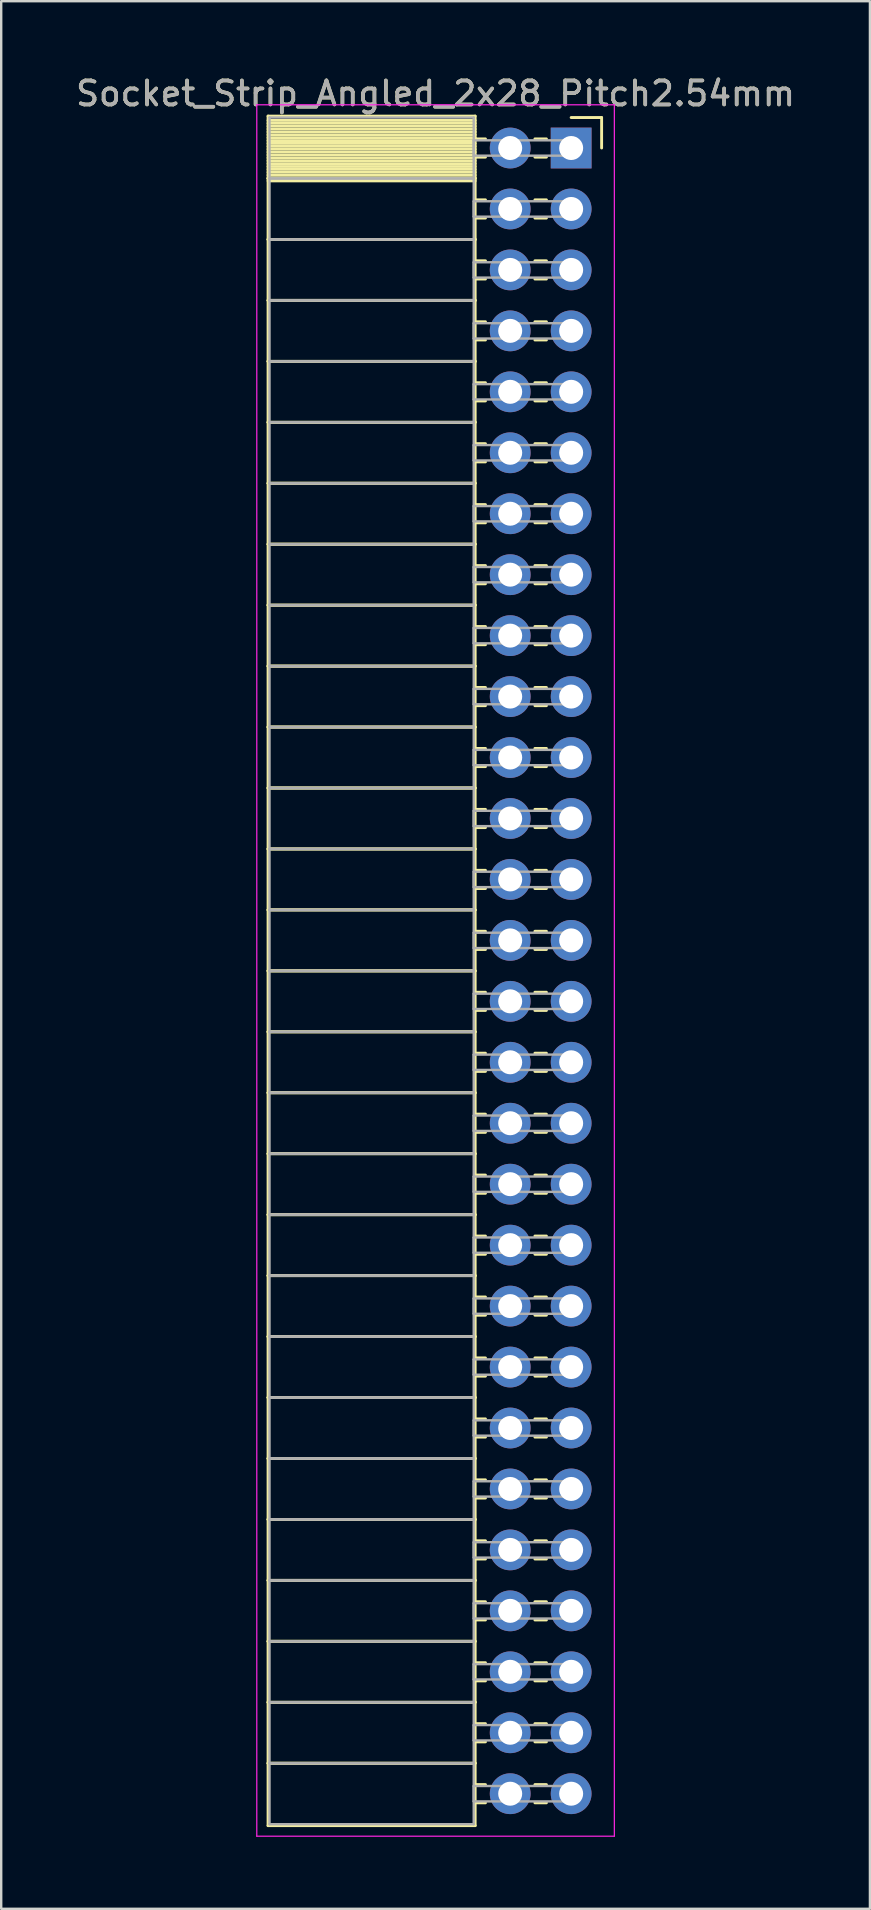
<source format=kicad_pcb>
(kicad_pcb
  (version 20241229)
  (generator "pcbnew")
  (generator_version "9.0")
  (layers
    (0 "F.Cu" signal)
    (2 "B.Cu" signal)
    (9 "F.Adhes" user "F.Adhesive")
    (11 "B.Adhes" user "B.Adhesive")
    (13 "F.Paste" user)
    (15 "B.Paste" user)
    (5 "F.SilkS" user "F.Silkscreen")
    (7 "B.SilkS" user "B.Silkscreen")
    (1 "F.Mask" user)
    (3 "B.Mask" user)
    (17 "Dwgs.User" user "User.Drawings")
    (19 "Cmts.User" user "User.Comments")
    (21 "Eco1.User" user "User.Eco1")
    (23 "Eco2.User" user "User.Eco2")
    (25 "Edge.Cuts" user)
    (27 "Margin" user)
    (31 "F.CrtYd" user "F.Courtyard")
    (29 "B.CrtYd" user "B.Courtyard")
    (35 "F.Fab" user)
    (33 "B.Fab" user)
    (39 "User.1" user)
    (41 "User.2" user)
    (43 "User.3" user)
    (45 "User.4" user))
  (footprint "Socket_Strip_Angled_2x28_Pitch2.54mm"
    (layer "F.Cu")
    (at 20.751 3.118)
    (property "Reference" "Socket_Strip_Angled_2x28_Pitch2.54mm" (at -5.65 -2.27 0) (layer "F.SilkS") (effects (font (size 1 1) (thickness 0.15))))
    (attr through_hole)
    (fp_line (start -12.63 -1.33) (end -4 -1.33) (stroke (width 0.12) (type solid)) (layer "F.SilkS"))
    (fp_line (start -12.63 1.27) (end -12.63 -1.33) (stroke (width 0.12) (type solid)) (layer "F.SilkS"))
    (fp_line (start -12.63 1.27) (end -4 1.27) (stroke (width 0.12) (type solid)) (layer "F.SilkS"))
    (fp_line (start -12.63 3.81) (end -12.63 1.27) (stroke (width 0.12) (type solid)) (layer "F.SilkS"))
    (fp_line (start -12.63 3.81) (end -4 3.81) (stroke (width 0.12) (type solid)) (layer "F.SilkS"))
    (fp_line (start -12.63 6.35) (end -12.63 3.81) (stroke (width 0.12) (type solid)) (layer "F.SilkS"))
    (fp_line (start -12.63 6.35) (end -4 6.35) (stroke (width 0.12) (type solid)) (layer "F.SilkS"))
    (fp_line (start -12.63 8.89) (end -12.63 6.35) (stroke (width 0.12) (type solid)) (layer "F.SilkS"))
    (fp_line (start -12.63 8.89) (end -4 8.89) (stroke (width 0.12) (type solid)) (layer "F.SilkS"))
    (fp_line (start -12.63 11.43) (end -12.63 8.89) (stroke (width 0.12) (type solid)) (layer "F.SilkS"))
    (fp_line (start -12.63 11.43) (end -4 11.43) (stroke (width 0.12) (type solid)) (layer "F.SilkS"))
    (fp_line (start -12.63 13.97) (end -12.63 11.43) (stroke (width 0.12) (type solid)) (layer "F.SilkS"))
    (fp_line (start -12.63 13.97) (end -4 13.97) (stroke (width 0.12) (type solid)) (layer "F.SilkS"))
    (fp_line (start -12.63 16.51) (end -12.63 13.97) (stroke (width 0.12) (type solid)) (layer "F.SilkS"))
    (fp_line (start -12.63 16.51) (end -4 16.51) (stroke (width 0.12) (type solid)) (layer "F.SilkS"))
    (fp_line (start -12.63 19.05) (end -12.63 16.51) (stroke (width 0.12) (type solid)) (layer "F.SilkS"))
    (fp_line (start -12.63 19.05) (end -4 19.05) (stroke (width 0.12) (type solid)) (layer "F.SilkS"))
    (fp_line (start -12.63 21.59) (end -12.63 19.05) (stroke (width 0.12) (type solid)) (layer "F.SilkS"))
    (fp_line (start -12.63 21.59) (end -4 21.59) (stroke (width 0.12) (type solid)) (layer "F.SilkS"))
    (fp_line (start -12.63 24.13) (end -12.63 21.59) (stroke (width 0.12) (type solid)) (layer "F.SilkS"))
    (fp_line (start -12.63 24.13) (end -4 24.13) (stroke (width 0.12) (type solid)) (layer "F.SilkS"))
    (fp_line (start -12.63 26.67) (end -12.63 24.13) (stroke (width 0.12) (type solid)) (layer "F.SilkS"))
    (fp_line (start -12.63 26.67) (end -4 26.67) (stroke (width 0.12) (type solid)) (layer "F.SilkS"))
    (fp_line (start -12.63 29.21) (end -12.63 26.67) (stroke (width 0.12) (type solid)) (layer "F.SilkS"))
    (fp_line (start -12.63 29.21) (end -4 29.21) (stroke (width 0.12) (type solid)) (layer "F.SilkS"))
    (fp_line (start -12.63 31.75) (end -12.63 29.21) (stroke (width 0.12) (type solid)) (layer "F.SilkS"))
    (fp_line (start -12.63 31.75) (end -4 31.75) (stroke (width 0.12) (type solid)) (layer "F.SilkS"))
    (fp_line (start -12.63 34.29) (end -12.63 31.75) (stroke (width 0.12) (type solid)) (layer "F.SilkS"))
    (fp_line (start -12.63 34.29) (end -4 34.29) (stroke (width 0.12) (type solid)) (layer "F.SilkS"))
    (fp_line (start -12.63 36.83) (end -12.63 34.29) (stroke (width 0.12) (type solid)) (layer "F.SilkS"))
    (fp_line (start -12.63 36.83) (end -4 36.83) (stroke (width 0.12) (type solid)) (layer "F.SilkS"))
    (fp_line (start -12.63 39.37) (end -12.63 36.83) (stroke (width 0.12) (type solid)) (layer "F.SilkS"))
    (fp_line (start -12.63 39.37) (end -4 39.37) (stroke (width 0.12) (type solid)) (layer "F.SilkS"))
    (fp_line (start -12.63 41.91) (end -12.63 39.37) (stroke (width 0.12) (type solid)) (layer "F.SilkS"))
    (fp_line (start -12.63 41.91) (end -4 41.91) (stroke (width 0.12) (type solid)) (layer "F.SilkS"))
    (fp_line (start -12.63 44.45) (end -12.63 41.91) (stroke (width 0.12) (type solid)) (layer "F.SilkS"))
    (fp_line (start -12.63 44.45) (end -4 44.45) (stroke (width 0.12) (type solid)) (layer "F.SilkS"))
    (fp_line (start -12.63 46.99) (end -12.63 44.45) (stroke (width 0.12) (type solid)) (layer "F.SilkS"))
    (fp_line (start -12.63 46.99) (end -4 46.99) (stroke (width 0.12) (type solid)) (layer "F.SilkS"))
    (fp_line (start -12.63 49.53) (end -12.63 46.99) (stroke (width 0.12) (type solid)) (layer "F.SilkS"))
    (fp_line (start -12.63 49.53) (end -4 49.53) (stroke (width 0.12) (type solid)) (layer "F.SilkS"))
    (fp_line (start -12.63 52.07) (end -12.63 49.53) (stroke (width 0.12) (type solid)) (layer "F.SilkS"))
    (fp_line (start -12.63 52.07) (end -4 52.07) (stroke (width 0.12) (type solid)) (layer "F.SilkS"))
    (fp_line (start -12.63 54.61) (end -12.63 52.07) (stroke (width 0.12) (type solid)) (layer "F.SilkS"))
    (fp_line (start -12.63 54.61) (end -4 54.61) (stroke (width 0.12) (type solid)) (layer "F.SilkS"))
    (fp_line (start -12.63 57.15) (end -12.63 54.61) (stroke (width 0.12) (type solid)) (layer "F.SilkS"))
    (fp_line (start -12.63 57.15) (end -4 57.15) (stroke (width 0.12) (type solid)) (layer "F.SilkS"))
    (fp_line (start -12.63 59.69) (end -12.63 57.15) (stroke (width 0.12) (type solid)) (layer "F.SilkS"))
    (fp_line (start -12.63 59.69) (end -4 59.69) (stroke (width 0.12) (type solid)) (layer "F.SilkS"))
    (fp_line (start -12.63 62.23) (end -12.63 59.69) (stroke (width 0.12) (type solid)) (layer "F.SilkS"))
    (fp_line (start -12.63 62.23) (end -4 62.23) (stroke (width 0.12) (type solid)) (layer "F.SilkS"))
    (fp_line (start -12.63 64.77) (end -12.63 62.23) (stroke (width 0.12) (type solid)) (layer "F.SilkS"))
    (fp_line (start -12.63 64.77) (end -4 64.77) (stroke (width 0.12) (type solid)) (layer "F.SilkS"))
    (fp_line (start -12.63 67.31) (end -12.63 64.77) (stroke (width 0.12) (type solid)) (layer "F.SilkS"))
    (fp_line (start -12.63 67.31) (end -4 67.31) (stroke (width 0.12) (type solid)) (layer "F.SilkS"))
    (fp_line (start -12.63 69.91) (end -12.63 67.31) (stroke (width 0.12) (type solid)) (layer "F.SilkS"))
    (fp_line (start -4 -1.33) (end -4 1.27) (stroke (width 0.12) (type solid)) (layer "F.SilkS"))
    (fp_line (start -4 -1.15) (end -12.63 -1.15) (stroke (width 0.12) (type solid)) (layer "F.SilkS"))
    (fp_line (start -4 -1.03) (end -12.63 -1.03) (stroke (width 0.12) (type solid)) (layer "F.SilkS"))
    (fp_line (start -4 -0.91) (end -12.63 -0.91) (stroke (width 0.12) (type solid)) (layer "F.SilkS"))
    (fp_line (start -4 -0.79) (end -12.63 -0.79) (stroke (width 0.12) (type solid)) (layer "F.SilkS"))
    (fp_line (start -4 -0.67) (end -12.63 -0.67) (stroke (width 0.12) (type solid)) (layer "F.SilkS"))
    (fp_line (start -4 -0.55) (end -12.63 -0.55) (stroke (width 0.12) (type solid)) (layer "F.SilkS"))
    (fp_line (start -4 -0.43) (end -12.63 -0.43) (stroke (width 0.12) (type solid)) (layer "F.SilkS"))
    (fp_line (start -4 -0.31) (end -12.63 -0.31) (stroke (width 0.12) (type solid)) (layer "F.SilkS"))
    (fp_line (start -4 -0.19) (end -12.63 -0.19) (stroke (width 0.12) (type solid)) (layer "F.SilkS"))
    (fp_line (start -4 -0.07) (end -12.63 -0.07) (stroke (width 0.12) (type solid)) (layer "F.SilkS"))
    (fp_line (start -4 0.05) (end -12.63 0.05) (stroke (width 0.12) (type solid)) (layer "F.SilkS"))
    (fp_line (start -4 0.17) (end -12.63 0.17) (stroke (width 0.12) (type solid)) (layer "F.SilkS"))
    (fp_line (start -4 0.29) (end -12.63 0.29) (stroke (width 0.12) (type solid)) (layer "F.SilkS"))
    (fp_line (start -4 0.41) (end -12.63 0.41) (stroke (width 0.12) (type solid)) (layer "F.SilkS"))
    (fp_line (start -4 0.53) (end -12.63 0.53) (stroke (width 0.12) (type solid)) (layer "F.SilkS"))
    (fp_line (start -4 0.65) (end -12.63 0.65) (stroke (width 0.12) (type solid)) (layer "F.SilkS"))
    (fp_line (start -4 0.77) (end -12.63 0.77) (stroke (width 0.12) (type solid)) (layer "F.SilkS"))
    (fp_line (start -4 0.89) (end -12.63 0.89) (stroke (width 0.12) (type solid)) (layer "F.SilkS"))
    (fp_line (start -4 1.01) (end -12.63 1.01) (stroke (width 0.12) (type solid)) (layer "F.SilkS"))
    (fp_line (start -4 1.13) (end -12.63 1.13) (stroke (width 0.12) (type solid)) (layer "F.SilkS"))
    (fp_line (start -4 1.25) (end -12.63 1.25) (stroke (width 0.12) (type solid)) (layer "F.SilkS"))
    (fp_line (start -4 1.27) (end -12.63 1.27) (stroke (width 0.12) (type solid)) (layer "F.SilkS"))
    (fp_line (start -4 1.27) (end -4 3.81) (stroke (width 0.12) (type solid)) (layer "F.SilkS"))
    (fp_line (start -4 1.37) (end -12.63 1.37) (stroke (width 0.12) (type solid)) (layer "F.SilkS"))
    (fp_line (start -4 3.81) (end -12.63 3.81) (stroke (width 0.12) (type solid)) (layer "F.SilkS"))
    (fp_line (start -4 3.81) (end -4 6.35) (stroke (width 0.12) (type solid)) (layer "F.SilkS"))
    (fp_line (start -4 6.35) (end -12.63 6.35) (stroke (width 0.12) (type solid)) (layer "F.SilkS"))
    (fp_line (start -4 6.35) (end -4 8.89) (stroke (width 0.12) (type solid)) (layer "F.SilkS"))
    (fp_line (start -4 8.89) (end -12.63 8.89) (stroke (width 0.12) (type solid)) (layer "F.SilkS"))
    (fp_line (start -4 8.89) (end -4 11.43) (stroke (width 0.12) (type solid)) (layer "F.SilkS"))
    (fp_line (start -4 11.43) (end -12.63 11.43) (stroke (width 0.12) (type solid)) (layer "F.SilkS"))
    (fp_line (start -4 11.43) (end -4 13.97) (stroke (width 0.12) (type solid)) (layer "F.SilkS"))
    (fp_line (start -4 13.97) (end -12.63 13.97) (stroke (width 0.12) (type solid)) (layer "F.SilkS"))
    (fp_line (start -4 13.97) (end -4 16.51) (stroke (width 0.12) (type solid)) (layer "F.SilkS"))
    (fp_line (start -4 16.51) (end -12.63 16.51) (stroke (width 0.12) (type solid)) (layer "F.SilkS"))
    (fp_line (start -4 16.51) (end -4 19.05) (stroke (width 0.12) (type solid)) (layer "F.SilkS"))
    (fp_line (start -4 19.05) (end -12.63 19.05) (stroke (width 0.12) (type solid)) (layer "F.SilkS"))
    (fp_line (start -4 19.05) (end -4 21.59) (stroke (width 0.12) (type solid)) (layer "F.SilkS"))
    (fp_line (start -4 21.59) (end -12.63 21.59) (stroke (width 0.12) (type solid)) (layer "F.SilkS"))
    (fp_line (start -4 21.59) (end -4 24.13) (stroke (width 0.12) (type solid)) (layer "F.SilkS"))
    (fp_line (start -4 24.13) (end -12.63 24.13) (stroke (width 0.12) (type solid)) (layer "F.SilkS"))
    (fp_line (start -4 24.13) (end -4 26.67) (stroke (width 0.12) (type solid)) (layer "F.SilkS"))
    (fp_line (start -4 26.67) (end -12.63 26.67) (stroke (width 0.12) (type solid)) (layer "F.SilkS"))
    (fp_line (start -4 26.67) (end -4 29.21) (stroke (width 0.12) (type solid)) (layer "F.SilkS"))
    (fp_line (start -4 29.21) (end -12.63 29.21) (stroke (width 0.12) (type solid)) (layer "F.SilkS"))
    (fp_line (start -4 29.21) (end -4 31.75) (stroke (width 0.12) (type solid)) (layer "F.SilkS"))
    (fp_line (start -4 31.75) (end -12.63 31.75) (stroke (width 0.12) (type solid)) (layer "F.SilkS"))
    (fp_line (start -4 31.75) (end -4 34.29) (stroke (width 0.12) (type solid)) (layer "F.SilkS"))
    (fp_line (start -4 34.29) (end -12.63 34.29) (stroke (width 0.12) (type solid)) (layer "F.SilkS"))
    (fp_line (start -4 34.29) (end -4 36.83) (stroke (width 0.12) (type solid)) (layer "F.SilkS"))
    (fp_line (start -4 36.83) (end -12.63 36.83) (stroke (width 0.12) (type solid)) (layer "F.SilkS"))
    (fp_line (start -4 36.83) (end -4 39.37) (stroke (width 0.12) (type solid)) (layer "F.SilkS"))
    (fp_line (start -4 39.37) (end -12.63 39.37) (stroke (width 0.12) (type solid)) (layer "F.SilkS"))
    (fp_line (start -4 39.37) (end -4 41.91) (stroke (width 0.12) (type solid)) (layer "F.SilkS"))
    (fp_line (start -4 41.91) (end -12.63 41.91) (stroke (width 0.12) (type solid)) (layer "F.SilkS"))
    (fp_line (start -4 41.91) (end -4 44.45) (stroke (width 0.12) (type solid)) (layer "F.SilkS"))
    (fp_line (start -4 44.45) (end -12.63 44.45) (stroke (width 0.12) (type solid)) (layer "F.SilkS"))
    (fp_line (start -4 44.45) (end -4 46.99) (stroke (width 0.12) (type solid)) (layer "F.SilkS"))
    (fp_line (start -4 46.99) (end -12.63 46.99) (stroke (width 0.12) (type solid)) (layer "F.SilkS"))
    (fp_line (start -4 46.99) (end -4 49.53) (stroke (width 0.12) (type solid)) (layer "F.SilkS"))
    (fp_line (start -4 49.53) (end -12.63 49.53) (stroke (width 0.12) (type solid)) (layer "F.SilkS"))
    (fp_line (start -4 49.53) (end -4 52.07) (stroke (width 0.12) (type solid)) (layer "F.SilkS"))
    (fp_line (start -4 52.07) (end -12.63 52.07) (stroke (width 0.12) (type solid)) (layer "F.SilkS"))
    (fp_line (start -4 52.07) (end -4 54.61) (stroke (width 0.12) (type solid)) (layer "F.SilkS"))
    (fp_line (start -4 54.61) (end -12.63 54.61) (stroke (width 0.12) (type solid)) (layer "F.SilkS"))
    (fp_line (start -4 54.61) (end -4 57.15) (stroke (width 0.12) (type solid)) (layer "F.SilkS"))
    (fp_line (start -4 57.15) (end -12.63 57.15) (stroke (width 0.12) (type solid)) (layer "F.SilkS"))
    (fp_line (start -4 57.15) (end -4 59.69) (stroke (width 0.12) (type solid)) (layer "F.SilkS"))
    (fp_line (start -4 59.69) (end -12.63 59.69) (stroke (width 0.12) (type solid)) (layer "F.SilkS"))
    (fp_line (start -4 59.69) (end -4 62.23) (stroke (width 0.12) (type solid)) (layer "F.SilkS"))
    (fp_line (start -4 62.23) (end -12.63 62.23) (stroke (width 0.12) (type solid)) (layer "F.SilkS"))
    (fp_line (start -4 62.23) (end -4 64.77) (stroke (width 0.12) (type solid)) (layer "F.SilkS"))
    (fp_line (start -4 64.77) (end -12.63 64.77) (stroke (width 0.12) (type solid)) (layer "F.SilkS"))
    (fp_line (start -4 64.77) (end -4 67.31) (stroke (width 0.12) (type solid)) (layer "F.SilkS"))
    (fp_line (start -4 67.31) (end -12.63 67.31) (stroke (width 0.12) (type solid)) (layer "F.SilkS"))
    (fp_line (start -4 67.31) (end -4 69.91) (stroke (width 0.12) (type solid)) (layer "F.SilkS"))
    (fp_line (start -4 69.91) (end -12.63 69.91) (stroke (width 0.12) (type solid)) (layer "F.SilkS"))
    (fp_line (start -3.57 -0.38) (end -4 -0.38) (stroke (width 0.12) (type solid)) (layer "F.SilkS"))
    (fp_line (start -3.57 0.38) (end -4 0.38) (stroke (width 0.12) (type solid)) (layer "F.SilkS"))
    (fp_line (start -3.57 2.16) (end -4 2.16) (stroke (width 0.12) (type solid)) (layer "F.SilkS"))
    (fp_line (start -3.57 2.92) (end -4 2.92) (stroke (width 0.12) (type solid)) (layer "F.SilkS"))
    (fp_line (start -3.57 4.7) (end -4 4.7) (stroke (width 0.12) (type solid)) (layer "F.SilkS"))
    (fp_line (start -3.57 5.46) (end -4 5.46) (stroke (width 0.12) (type solid)) (layer "F.SilkS"))
    (fp_line (start -3.57 7.24) (end -4 7.24) (stroke (width 0.12) (type solid)) (layer "F.SilkS"))
    (fp_line (start -3.57 8) (end -4 8) (stroke (width 0.12) (type solid)) (layer "F.SilkS"))
    (fp_line (start -3.57 9.78) (end -4 9.78) (stroke (width 0.12) (type solid)) (layer "F.SilkS"))
    (fp_line (start -3.57 10.54) (end -4 10.54) (stroke (width 0.12) (type solid)) (layer "F.SilkS"))
    (fp_line (start -3.57 12.32) (end -4 12.32) (stroke (width 0.12) (type solid)) (layer "F.SilkS"))
    (fp_line (start -3.57 13.08) (end -4 13.08) (stroke (width 0.12) (type solid)) (layer "F.SilkS"))
    (fp_line (start -3.57 14.86) (end -4 14.86) (stroke (width 0.12) (type solid)) (layer "F.SilkS"))
    (fp_line (start -3.57 15.62) (end -4 15.62) (stroke (width 0.12) (type solid)) (layer "F.SilkS"))
    (fp_line (start -3.57 17.4) (end -4 17.4) (stroke (width 0.12) (type solid)) (layer "F.SilkS"))
    (fp_line (start -3.57 18.16) (end -4 18.16) (stroke (width 0.12) (type solid)) (layer "F.SilkS"))
    (fp_line (start -3.57 19.94) (end -4 19.94) (stroke (width 0.12) (type solid)) (layer "F.SilkS"))
    (fp_line (start -3.57 20.7) (end -4 20.7) (stroke (width 0.12) (type solid)) (layer "F.SilkS"))
    (fp_line (start -3.57 22.48) (end -4 22.48) (stroke (width 0.12) (type solid)) (layer "F.SilkS"))
    (fp_line (start -3.57 23.24) (end -4 23.24) (stroke (width 0.12) (type solid)) (layer "F.SilkS"))
    (fp_line (start -3.57 25.02) (end -4 25.02) (stroke (width 0.12) (type solid)) (layer "F.SilkS"))
    (fp_line (start -3.57 25.78) (end -4 25.78) (stroke (width 0.12) (type solid)) (layer "F.SilkS"))
    (fp_line (start -3.57 27.56) (end -4 27.56) (stroke (width 0.12) (type solid)) (layer "F.SilkS"))
    (fp_line (start -3.57 28.32) (end -4 28.32) (stroke (width 0.12) (type solid)) (layer "F.SilkS"))
    (fp_line (start -3.57 30.1) (end -4 30.1) (stroke (width 0.12) (type solid)) (layer "F.SilkS"))
    (fp_line (start -3.57 30.86) (end -4 30.86) (stroke (width 0.12) (type solid)) (layer "F.SilkS"))
    (fp_line (start -3.57 32.64) (end -4 32.64) (stroke (width 0.12) (type solid)) (layer "F.SilkS"))
    (fp_line (start -3.57 33.4) (end -4 33.4) (stroke (width 0.12) (type solid)) (layer "F.SilkS"))
    (fp_line (start -3.57 35.18) (end -4 35.18) (stroke (width 0.12) (type solid)) (layer "F.SilkS"))
    (fp_line (start -3.57 35.94) (end -4 35.94) (stroke (width 0.12) (type solid)) (layer "F.SilkS"))
    (fp_line (start -3.57 37.72) (end -4 37.72) (stroke (width 0.12) (type solid)) (layer "F.SilkS"))
    (fp_line (start -3.57 38.48) (end -4 38.48) (stroke (width 0.12) (type solid)) (layer "F.SilkS"))
    (fp_line (start -3.57 40.26) (end -4 40.26) (stroke (width 0.12) (type solid)) (layer "F.SilkS"))
    (fp_line (start -3.57 41.02) (end -4 41.02) (stroke (width 0.12) (type solid)) (layer "F.SilkS"))
    (fp_line (start -3.57 42.8) (end -4 42.8) (stroke (width 0.12) (type solid)) (layer "F.SilkS"))
    (fp_line (start -3.57 43.56) (end -4 43.56) (stroke (width 0.12) (type solid)) (layer "F.SilkS"))
    (fp_line (start -3.57 45.34) (end -4 45.34) (stroke (width 0.12) (type solid)) (layer "F.SilkS"))
    (fp_line (start -3.57 46.1) (end -4 46.1) (stroke (width 0.12) (type solid)) (layer "F.SilkS"))
    (fp_line (start -3.57 47.88) (end -4 47.88) (stroke (width 0.12) (type solid)) (layer "F.SilkS"))
    (fp_line (start -3.57 48.64) (end -4 48.64) (stroke (width 0.12) (type solid)) (layer "F.SilkS"))
    (fp_line (start -3.57 50.42) (end -4 50.42) (stroke (width 0.12) (type solid)) (layer "F.SilkS"))
    (fp_line (start -3.57 51.18) (end -4 51.18) (stroke (width 0.12) (type solid)) (layer "F.SilkS"))
    (fp_line (start -3.57 52.96) (end -4 52.96) (stroke (width 0.12) (type solid)) (layer "F.SilkS"))
    (fp_line (start -3.57 53.72) (end -4 53.72) (stroke (width 0.12) (type solid)) (layer "F.SilkS"))
    (fp_line (start -3.57 55.5) (end -4 55.5) (stroke (width 0.12) (type solid)) (layer "F.SilkS"))
    (fp_line (start -3.57 56.26) (end -4 56.26) (stroke (width 0.12) (type solid)) (layer "F.SilkS"))
    (fp_line (start -3.57 58.04) (end -4 58.04) (stroke (width 0.12) (type solid)) (layer "F.SilkS"))
    (fp_line (start -3.57 58.8) (end -4 58.8) (stroke (width 0.12) (type solid)) (layer "F.SilkS"))
    (fp_line (start -3.57 60.58) (end -4 60.58) (stroke (width 0.12) (type solid)) (layer "F.SilkS"))
    (fp_line (start -3.57 61.34) (end -4 61.34) (stroke (width 0.12) (type solid)) (layer "F.SilkS"))
    (fp_line (start -3.57 63.12) (end -4 63.12) (stroke (width 0.12) (type solid)) (layer "F.SilkS"))
    (fp_line (start -3.57 63.88) (end -4 63.88) (stroke (width 0.12) (type solid)) (layer "F.SilkS"))
    (fp_line (start -3.57 65.66) (end -4 65.66) (stroke (width 0.12) (type solid)) (layer "F.SilkS"))
    (fp_line (start -3.57 66.42) (end -4 66.42) (stroke (width 0.12) (type solid)) (layer "F.SilkS"))
    (fp_line (start -3.57 68.2) (end -4 68.2) (stroke (width 0.12) (type solid)) (layer "F.SilkS"))
    (fp_line (start -3.57 68.96) (end -4 68.96) (stroke (width 0.12) (type solid)) (layer "F.SilkS"))
    (fp_line (start -1.03 -0.38) (end -1.51 -0.38) (stroke (width 0.12) (type solid)) (layer "F.SilkS"))
    (fp_line (start -1.03 0.38) (end -1.51 0.38) (stroke (width 0.12) (type solid)) (layer "F.SilkS"))
    (fp_line (start -1.03 2.16) (end -1.51 2.16) (stroke (width 0.12) (type solid)) (layer "F.SilkS"))
    (fp_line (start -1.03 2.92) (end -1.51 2.92) (stroke (width 0.12) (type solid)) (layer "F.SilkS"))
    (fp_line (start -1.03 4.7) (end -1.51 4.7) (stroke (width 0.12) (type solid)) (layer "F.SilkS"))
    (fp_line (start -1.03 5.46) (end -1.51 5.46) (stroke (width 0.12) (type solid)) (layer "F.SilkS"))
    (fp_line (start -1.03 7.24) (end -1.51 7.24) (stroke (width 0.12) (type solid)) (layer "F.SilkS"))
    (fp_line (start -1.03 8) (end -1.51 8) (stroke (width 0.12) (type solid)) (layer "F.SilkS"))
    (fp_line (start -1.03 9.78) (end -1.51 9.78) (stroke (width 0.12) (type solid)) (layer "F.SilkS"))
    (fp_line (start -1.03 10.54) (end -1.51 10.54) (stroke (width 0.12) (type solid)) (layer "F.SilkS"))
    (fp_line (start -1.03 12.32) (end -1.51 12.32) (stroke (width 0.12) (type solid)) (layer "F.SilkS"))
    (fp_line (start -1.03 13.08) (end -1.51 13.08) (stroke (width 0.12) (type solid)) (layer "F.SilkS"))
    (fp_line (start -1.03 14.86) (end -1.51 14.86) (stroke (width 0.12) (type solid)) (layer "F.SilkS"))
    (fp_line (start -1.03 15.62) (end -1.51 15.62) (stroke (width 0.12) (type solid)) (layer "F.SilkS"))
    (fp_line (start -1.03 17.4) (end -1.51 17.4) (stroke (width 0.12) (type solid)) (layer "F.SilkS"))
    (fp_line (start -1.03 18.16) (end -1.51 18.16) (stroke (width 0.12) (type solid)) (layer "F.SilkS"))
    (fp_line (start -1.03 19.94) (end -1.51 19.94) (stroke (width 0.12) (type solid)) (layer "F.SilkS"))
    (fp_line (start -1.03 20.7) (end -1.51 20.7) (stroke (width 0.12) (type solid)) (layer "F.SilkS"))
    (fp_line (start -1.03 22.48) (end -1.51 22.48) (stroke (width 0.12) (type solid)) (layer "F.SilkS"))
    (fp_line (start -1.03 23.24) (end -1.51 23.24) (stroke (width 0.12) (type solid)) (layer "F.SilkS"))
    (fp_line (start -1.03 25.02) (end -1.51 25.02) (stroke (width 0.12) (type solid)) (layer "F.SilkS"))
    (fp_line (start -1.03 25.78) (end -1.51 25.78) (stroke (width 0.12) (type solid)) (layer "F.SilkS"))
    (fp_line (start -1.03 27.56) (end -1.51 27.56) (stroke (width 0.12) (type solid)) (layer "F.SilkS"))
    (fp_line (start -1.03 28.32) (end -1.51 28.32) (stroke (width 0.12) (type solid)) (layer "F.SilkS"))
    (fp_line (start -1.03 30.1) (end -1.51 30.1) (stroke (width 0.12) (type solid)) (layer "F.SilkS"))
    (fp_line (start -1.03 30.86) (end -1.51 30.86) (stroke (width 0.12) (type solid)) (layer "F.SilkS"))
    (fp_line (start -1.03 32.64) (end -1.51 32.64) (stroke (width 0.12) (type solid)) (layer "F.SilkS"))
    (fp_line (start -1.03 33.4) (end -1.51 33.4) (stroke (width 0.12) (type solid)) (layer "F.SilkS"))
    (fp_line (start -1.03 35.18) (end -1.51 35.18) (stroke (width 0.12) (type solid)) (layer "F.SilkS"))
    (fp_line (start -1.03 35.94) (end -1.51 35.94) (stroke (width 0.12) (type solid)) (layer "F.SilkS"))
    (fp_line (start -1.03 37.72) (end -1.51 37.72) (stroke (width 0.12) (type solid)) (layer "F.SilkS"))
    (fp_line (start -1.03 38.48) (end -1.51 38.48) (stroke (width 0.12) (type solid)) (layer "F.SilkS"))
    (fp_line (start -1.03 40.26) (end -1.51 40.26) (stroke (width 0.12) (type solid)) (layer "F.SilkS"))
    (fp_line (start -1.03 41.02) (end -1.51 41.02) (stroke (width 0.12) (type solid)) (layer "F.SilkS"))
    (fp_line (start -1.03 42.8) (end -1.51 42.8) (stroke (width 0.12) (type solid)) (layer "F.SilkS"))
    (fp_line (start -1.03 43.56) (end -1.51 43.56) (stroke (width 0.12) (type solid)) (layer "F.SilkS"))
    (fp_line (start -1.03 45.34) (end -1.51 45.34) (stroke (width 0.12) (type solid)) (layer "F.SilkS"))
    (fp_line (start -1.03 46.1) (end -1.51 46.1) (stroke (width 0.12) (type solid)) (layer "F.SilkS"))
    (fp_line (start -1.03 47.88) (end -1.51 47.88) (stroke (width 0.12) (type solid)) (layer "F.SilkS"))
    (fp_line (start -1.03 48.64) (end -1.51 48.64) (stroke (width 0.12) (type solid)) (layer "F.SilkS"))
    (fp_line (start -1.03 50.42) (end -1.51 50.42) (stroke (width 0.12) (type solid)) (layer "F.SilkS"))
    (fp_line (start -1.03 51.18) (end -1.51 51.18) (stroke (width 0.12) (type solid)) (layer "F.SilkS"))
    (fp_line (start -1.03 52.96) (end -1.51 52.96) (stroke (width 0.12) (type solid)) (layer "F.SilkS"))
    (fp_line (start -1.03 53.72) (end -1.51 53.72) (stroke (width 0.12) (type solid)) (layer "F.SilkS"))
    (fp_line (start -1.03 55.5) (end -1.51 55.5) (stroke (width 0.12) (type solid)) (layer "F.SilkS"))
    (fp_line (start -1.03 56.26) (end -1.51 56.26) (stroke (width 0.12) (type solid)) (layer "F.SilkS"))
    (fp_line (start -1.03 58.04) (end -1.51 58.04) (stroke (width 0.12) (type solid)) (layer "F.SilkS"))
    (fp_line (start -1.03 58.8) (end -1.51 58.8) (stroke (width 0.12) (type solid)) (layer "F.SilkS"))
    (fp_line (start -1.03 60.58) (end -1.51 60.58) (stroke (width 0.12) (type solid)) (layer "F.SilkS"))
    (fp_line (start -1.03 61.34) (end -1.51 61.34) (stroke (width 0.12) (type solid)) (layer "F.SilkS"))
    (fp_line (start -1.03 63.12) (end -1.51 63.12) (stroke (width 0.12) (type solid)) (layer "F.SilkS"))
    (fp_line (start -1.03 63.88) (end -1.51 63.88) (stroke (width 0.12) (type solid)) (layer "F.SilkS"))
    (fp_line (start -1.03 65.66) (end -1.51 65.66) (stroke (width 0.12) (type solid)) (layer "F.SilkS"))
    (fp_line (start -1.03 66.42) (end -1.51 66.42) (stroke (width 0.12) (type solid)) (layer "F.SilkS"))
    (fp_line (start -1.03 68.2) (end -1.51 68.2) (stroke (width 0.12) (type solid)) (layer "F.SilkS"))
    (fp_line (start -1.03 68.96) (end -1.51 68.96) (stroke (width 0.12) (type solid)) (layer "F.SilkS"))
    (fp_line (start 0 -1.27) (end 1.27 -1.27) (stroke (width 0.12) (type solid)) (layer "F.SilkS"))
    (fp_line (start 1.27 -1.27) (end 1.27 0) (stroke (width 0.12) (type solid)) (layer "F.SilkS"))
    (fp_line (start -13.1 -1.8) (end 1.8 -1.8) (stroke (width 0.05) (type solid)) (layer "F.CrtYd"))
    (fp_line (start -13.1 70.35) (end -13.1 -1.8) (stroke (width 0.05) (type solid)) (layer "F.CrtYd"))
    (fp_line (start 1.8 -1.8) (end 1.8 70.35) (stroke (width 0.05) (type solid)) (layer "F.CrtYd"))
    (fp_line (start 1.8 70.35) (end -13.1 70.35) (stroke (width 0.05) (type solid)) (layer "F.CrtYd"))
    (fp_line (start -12.57 -1.27) (end -4.06 -1.27) (stroke (width 0.1) (type solid)) (layer "F.Fab"))
    (fp_line (start -12.57 1.27) (end -12.57 -1.27) (stroke (width 0.1) (type solid)) (layer "F.Fab"))
    (fp_line (start -12.57 1.27) (end -4.06 1.27) (stroke (width 0.1) (type solid)) (layer "F.Fab"))
    (fp_line (start -12.57 3.81) (end -12.57 1.27) (stroke (width 0.1) (type solid)) (layer "F.Fab"))
    (fp_line (start -12.57 3.81) (end -4.06 3.81) (stroke (width 0.1) (type solid)) (layer "F.Fab"))
    (fp_line (start -12.57 6.35) (end -12.57 3.81) (stroke (width 0.1) (type solid)) (layer "F.Fab"))
    (fp_line (start -12.57 6.35) (end -4.06 6.35) (stroke (width 0.1) (type solid)) (layer "F.Fab"))
    (fp_line (start -12.57 8.89) (end -12.57 6.35) (stroke (width 0.1) (type solid)) (layer "F.Fab"))
    (fp_line (start -12.57 8.89) (end -4.06 8.89) (stroke (width 0.1) (type solid)) (layer "F.Fab"))
    (fp_line (start -12.57 11.43) (end -12.57 8.89) (stroke (width 0.1) (type solid)) (layer "F.Fab"))
    (fp_line (start -12.57 11.43) (end -4.06 11.43) (stroke (width 0.1) (type solid)) (layer "F.Fab"))
    (fp_line (start -12.57 13.97) (end -12.57 11.43) (stroke (width 0.1) (type solid)) (layer "F.Fab"))
    (fp_line (start -12.57 13.97) (end -4.06 13.97) (stroke (width 0.1) (type solid)) (layer "F.Fab"))
    (fp_line (start -12.57 16.51) (end -12.57 13.97) (stroke (width 0.1) (type solid)) (layer "F.Fab"))
    (fp_line (start -12.57 16.51) (end -4.06 16.51) (stroke (width 0.1) (type solid)) (layer "F.Fab"))
    (fp_line (start -12.57 19.05) (end -12.57 16.51) (stroke (width 0.1) (type solid)) (layer "F.Fab"))
    (fp_line (start -12.57 19.05) (end -4.06 19.05) (stroke (width 0.1) (type solid)) (layer "F.Fab"))
    (fp_line (start -12.57 21.59) (end -12.57 19.05) (stroke (width 0.1) (type solid)) (layer "F.Fab"))
    (fp_line (start -12.57 21.59) (end -4.06 21.59) (stroke (width 0.1) (type solid)) (layer "F.Fab"))
    (fp_line (start -12.57 24.13) (end -12.57 21.59) (stroke (width 0.1) (type solid)) (layer "F.Fab"))
    (fp_line (start -12.57 24.13) (end -4.06 24.13) (stroke (width 0.1) (type solid)) (layer "F.Fab"))
    (fp_line (start -12.57 26.67) (end -12.57 24.13) (stroke (width 0.1) (type solid)) (layer "F.Fab"))
    (fp_line (start -12.57 26.67) (end -4.06 26.67) (stroke (width 0.1) (type solid)) (layer "F.Fab"))
    (fp_line (start -12.57 29.21) (end -12.57 26.67) (stroke (width 0.1) (type solid)) (layer "F.Fab"))
    (fp_line (start -12.57 29.21) (end -4.06 29.21) (stroke (width 0.1) (type solid)) (layer "F.Fab"))
    (fp_line (start -12.57 31.75) (end -12.57 29.21) (stroke (width 0.1) (type solid)) (layer "F.Fab"))
    (fp_line (start -12.57 31.75) (end -4.06 31.75) (stroke (width 0.1) (type solid)) (layer "F.Fab"))
    (fp_line (start -12.57 34.29) (end -12.57 31.75) (stroke (width 0.1) (type solid)) (layer "F.Fab"))
    (fp_line (start -12.57 34.29) (end -4.06 34.29) (stroke (width 0.1) (type solid)) (layer "F.Fab"))
    (fp_line (start -12.57 36.83) (end -12.57 34.29) (stroke (width 0.1) (type solid)) (layer "F.Fab"))
    (fp_line (start -12.57 36.83) (end -4.06 36.83) (stroke (width 0.1) (type solid)) (layer "F.Fab"))
    (fp_line (start -12.57 39.37) (end -12.57 36.83) (stroke (width 0.1) (type solid)) (layer "F.Fab"))
    (fp_line (start -12.57 39.37) (end -4.06 39.37) (stroke (width 0.1) (type solid)) (layer "F.Fab"))
    (fp_line (start -12.57 41.91) (end -12.57 39.37) (stroke (width 0.1) (type solid)) (layer "F.Fab"))
    (fp_line (start -12.57 41.91) (end -4.06 41.91) (stroke (width 0.1) (type solid)) (layer "F.Fab"))
    (fp_line (start -12.57 44.45) (end -12.57 41.91) (stroke (width 0.1) (type solid)) (layer "F.Fab"))
    (fp_line (start -12.57 44.45) (end -4.06 44.45) (stroke (width 0.1) (type solid)) (layer "F.Fab"))
    (fp_line (start -12.57 46.99) (end -12.57 44.45) (stroke (width 0.1) (type solid)) (layer "F.Fab"))
    (fp_line (start -12.57 46.99) (end -4.06 46.99) (stroke (width 0.1) (type solid)) (layer "F.Fab"))
    (fp_line (start -12.57 49.53) (end -12.57 46.99) (stroke (width 0.1) (type solid)) (layer "F.Fab"))
    (fp_line (start -12.57 49.53) (end -4.06 49.53) (stroke (width 0.1) (type solid)) (layer "F.Fab"))
    (fp_line (start -12.57 52.07) (end -12.57 49.53) (stroke (width 0.1) (type solid)) (layer "F.Fab"))
    (fp_line (start -12.57 52.07) (end -4.06 52.07) (stroke (width 0.1) (type solid)) (layer "F.Fab"))
    (fp_line (start -12.57 54.61) (end -12.57 52.07) (stroke (width 0.1) (type solid)) (layer "F.Fab"))
    (fp_line (start -12.57 54.61) (end -4.06 54.61) (stroke (width 0.1) (type solid)) (layer "F.Fab"))
    (fp_line (start -12.57 57.15) (end -12.57 54.61) (stroke (width 0.1) (type solid)) (layer "F.Fab"))
    (fp_line (start -12.57 57.15) (end -4.06 57.15) (stroke (width 0.1) (type solid)) (layer "F.Fab"))
    (fp_line (start -12.57 59.69) (end -12.57 57.15) (stroke (width 0.1) (type solid)) (layer "F.Fab"))
    (fp_line (start -12.57 59.69) (end -4.06 59.69) (stroke (width 0.1) (type solid)) (layer "F.Fab"))
    (fp_line (start -12.57 62.23) (end -12.57 59.69) (stroke (width 0.1) (type solid)) (layer "F.Fab"))
    (fp_line (start -12.57 62.23) (end -4.06 62.23) (stroke (width 0.1) (type solid)) (layer "F.Fab"))
    (fp_line (start -12.57 64.77) (end -12.57 62.23) (stroke (width 0.1) (type solid)) (layer "F.Fab"))
    (fp_line (start -12.57 64.77) (end -4.06 64.77) (stroke (width 0.1) (type solid)) (layer "F.Fab"))
    (fp_line (start -12.57 67.31) (end -12.57 64.77) (stroke (width 0.1) (type solid)) (layer "F.Fab"))
    (fp_line (start -12.57 67.31) (end -4.06 67.31) (stroke (width 0.1) (type solid)) (layer "F.Fab"))
    (fp_line (start -12.57 69.85) (end -12.57 67.31) (stroke (width 0.1) (type solid)) (layer "F.Fab"))
    (fp_line (start -4.06 -1.27) (end -4.06 1.27) (stroke (width 0.1) (type solid)) (layer "F.Fab"))
    (fp_line (start -4.06 -0.32) (end 0 -0.32) (stroke (width 0.1) (type solid)) (layer "F.Fab"))
    (fp_line (start -4.06 0.32) (end -4.06 -0.32) (stroke (width 0.1) (type solid)) (layer "F.Fab"))
    (fp_line (start -4.06 1.27) (end -12.57 1.27) (stroke (width 0.1) (type solid)) (layer "F.Fab"))
    (fp_line (start -4.06 1.27) (end -4.06 3.81) (stroke (width 0.1) (type solid)) (layer "F.Fab"))
    (fp_line (start -4.06 2.22) (end 0 2.22) (stroke (width 0.1) (type solid)) (layer "F.Fab"))
    (fp_line (start -4.06 2.86) (end -4.06 2.22) (stroke (width 0.1) (type solid)) (layer "F.Fab"))
    (fp_line (start -4.06 3.81) (end -12.57 3.81) (stroke (width 0.1) (type solid)) (layer "F.Fab"))
    (fp_line (start -4.06 3.81) (end -4.06 6.35) (stroke (width 0.1) (type solid)) (layer "F.Fab"))
    (fp_line (start -4.06 4.76) (end 0 4.76) (stroke (width 0.1) (type solid)) (layer "F.Fab"))
    (fp_line (start -4.06 5.4) (end -4.06 4.76) (stroke (width 0.1) (type solid)) (layer "F.Fab"))
    (fp_line (start -4.06 6.35) (end -12.57 6.35) (stroke (width 0.1) (type solid)) (layer "F.Fab"))
    (fp_line (start -4.06 6.35) (end -4.06 8.89) (stroke (width 0.1) (type solid)) (layer "F.Fab"))
    (fp_line (start -4.06 7.3) (end 0 7.3) (stroke (width 0.1) (type solid)) (layer "F.Fab"))
    (fp_line (start -4.06 7.94) (end -4.06 7.3) (stroke (width 0.1) (type solid)) (layer "F.Fab"))
    (fp_line (start -4.06 8.89) (end -12.57 8.89) (stroke (width 0.1) (type solid)) (layer "F.Fab"))
    (fp_line (start -4.06 8.89) (end -4.06 11.43) (stroke (width 0.1) (type solid)) (layer "F.Fab"))
    (fp_line (start -4.06 9.84) (end 0 9.84) (stroke (width 0.1) (type solid)) (layer "F.Fab"))
    (fp_line (start -4.06 10.48) (end -4.06 9.84) (stroke (width 0.1) (type solid)) (layer "F.Fab"))
    (fp_line (start -4.06 11.43) (end -12.57 11.43) (stroke (width 0.1) (type solid)) (layer "F.Fab"))
    (fp_line (start -4.06 11.43) (end -4.06 13.97) (stroke (width 0.1) (type solid)) (layer "F.Fab"))
    (fp_line (start -4.06 12.38) (end 0 12.38) (stroke (width 0.1) (type solid)) (layer "F.Fab"))
    (fp_line (start -4.06 13.02) (end -4.06 12.38) (stroke (width 0.1) (type solid)) (layer "F.Fab"))
    (fp_line (start -4.06 13.97) (end -12.57 13.97) (stroke (width 0.1) (type solid)) (layer "F.Fab"))
    (fp_line (start -4.06 13.97) (end -4.06 16.51) (stroke (width 0.1) (type solid)) (layer "F.Fab"))
    (fp_line (start -4.06 14.92) (end 0 14.92) (stroke (width 0.1) (type solid)) (layer "F.Fab"))
    (fp_line (start -4.06 15.56) (end -4.06 14.92) (stroke (width 0.1) (type solid)) (layer "F.Fab"))
    (fp_line (start -4.06 16.51) (end -12.57 16.51) (stroke (width 0.1) (type solid)) (layer "F.Fab"))
    (fp_line (start -4.06 16.51) (end -4.06 19.05) (stroke (width 0.1) (type solid)) (layer "F.Fab"))
    (fp_line (start -4.06 17.46) (end 0 17.46) (stroke (width 0.1) (type solid)) (layer "F.Fab"))
    (fp_line (start -4.06 18.1) (end -4.06 17.46) (stroke (width 0.1) (type solid)) (layer "F.Fab"))
    (fp_line (start -4.06 19.05) (end -12.57 19.05) (stroke (width 0.1) (type solid)) (layer "F.Fab"))
    (fp_line (start -4.06 19.05) (end -4.06 21.59) (stroke (width 0.1) (type solid)) (layer "F.Fab"))
    (fp_line (start -4.06 20) (end 0 20) (stroke (width 0.1) (type solid)) (layer "F.Fab"))
    (fp_line (start -4.06 20.64) (end -4.06 20) (stroke (width 0.1) (type solid)) (layer "F.Fab"))
    (fp_line (start -4.06 21.59) (end -12.57 21.59) (stroke (width 0.1) (type solid)) (layer "F.Fab"))
    (fp_line (start -4.06 21.59) (end -4.06 24.13) (stroke (width 0.1) (type solid)) (layer "F.Fab"))
    (fp_line (start -4.06 22.54) (end 0 22.54) (stroke (width 0.1) (type solid)) (layer "F.Fab"))
    (fp_line (start -4.06 23.18) (end -4.06 22.54) (stroke (width 0.1) (type solid)) (layer "F.Fab"))
    (fp_line (start -4.06 24.13) (end -12.57 24.13) (stroke (width 0.1) (type solid)) (layer "F.Fab"))
    (fp_line (start -4.06 24.13) (end -4.06 26.67) (stroke (width 0.1) (type solid)) (layer "F.Fab"))
    (fp_line (start -4.06 25.08) (end 0 25.08) (stroke (width 0.1) (type solid)) (layer "F.Fab"))
    (fp_line (start -4.06 25.72) (end -4.06 25.08) (stroke (width 0.1) (type solid)) (layer "F.Fab"))
    (fp_line (start -4.06 26.67) (end -12.57 26.67) (stroke (width 0.1) (type solid)) (layer "F.Fab"))
    (fp_line (start -4.06 26.67) (end -4.06 29.21) (stroke (width 0.1) (type solid)) (layer "F.Fab"))
    (fp_line (start -4.06 27.62) (end 0 27.62) (stroke (width 0.1) (type solid)) (layer "F.Fab"))
    (fp_line (start -4.06 28.26) (end -4.06 27.62) (stroke (width 0.1) (type solid)) (layer "F.Fab"))
    (fp_line (start -4.06 29.21) (end -12.57 29.21) (stroke (width 0.1) (type solid)) (layer "F.Fab"))
    (fp_line (start -4.06 29.21) (end -4.06 31.75) (stroke (width 0.1) (type solid)) (layer "F.Fab"))
    (fp_line (start -4.06 30.16) (end 0 30.16) (stroke (width 0.1) (type solid)) (layer "F.Fab"))
    (fp_line (start -4.06 30.8) (end -4.06 30.16) (stroke (width 0.1) (type solid)) (layer "F.Fab"))
    (fp_line (start -4.06 31.75) (end -12.57 31.75) (stroke (width 0.1) (type solid)) (layer "F.Fab"))
    (fp_line (start -4.06 31.75) (end -4.06 34.29) (stroke (width 0.1) (type solid)) (layer "F.Fab"))
    (fp_line (start -4.06 32.7) (end 0 32.7) (stroke (width 0.1) (type solid)) (layer "F.Fab"))
    (fp_line (start -4.06 33.34) (end -4.06 32.7) (stroke (width 0.1) (type solid)) (layer "F.Fab"))
    (fp_line (start -4.06 34.29) (end -12.57 34.29) (stroke (width 0.1) (type solid)) (layer "F.Fab"))
    (fp_line (start -4.06 34.29) (end -4.06 36.83) (stroke (width 0.1) (type solid)) (layer "F.Fab"))
    (fp_line (start -4.06 35.24) (end 0 35.24) (stroke (width 0.1) (type solid)) (layer "F.Fab"))
    (fp_line (start -4.06 35.88) (end -4.06 35.24) (stroke (width 0.1) (type solid)) (layer "F.Fab"))
    (fp_line (start -4.06 36.83) (end -12.57 36.83) (stroke (width 0.1) (type solid)) (layer "F.Fab"))
    (fp_line (start -4.06 36.83) (end -4.06 39.37) (stroke (width 0.1) (type solid)) (layer "F.Fab"))
    (fp_line (start -4.06 37.78) (end 0 37.78) (stroke (width 0.1) (type solid)) (layer "F.Fab"))
    (fp_line (start -4.06 38.42) (end -4.06 37.78) (stroke (width 0.1) (type solid)) (layer "F.Fab"))
    (fp_line (start -4.06 39.37) (end -12.57 39.37) (stroke (width 0.1) (type solid)) (layer "F.Fab"))
    (fp_line (start -4.06 39.37) (end -4.06 41.91) (stroke (width 0.1) (type solid)) (layer "F.Fab"))
    (fp_line (start -4.06 40.32) (end 0 40.32) (stroke (width 0.1) (type solid)) (layer "F.Fab"))
    (fp_line (start -4.06 40.96) (end -4.06 40.32) (stroke (width 0.1) (type solid)) (layer "F.Fab"))
    (fp_line (start -4.06 41.91) (end -12.57 41.91) (stroke (width 0.1) (type solid)) (layer "F.Fab"))
    (fp_line (start -4.06 41.91) (end -4.06 44.45) (stroke (width 0.1) (type solid)) (layer "F.Fab"))
    (fp_line (start -4.06 42.86) (end 0 42.86) (stroke (width 0.1) (type solid)) (layer "F.Fab"))
    (fp_line (start -4.06 43.5) (end -4.06 42.86) (stroke (width 0.1) (type solid)) (layer "F.Fab"))
    (fp_line (start -4.06 44.45) (end -12.57 44.45) (stroke (width 0.1) (type solid)) (layer "F.Fab"))
    (fp_line (start -4.06 44.45) (end -4.06 46.99) (stroke (width 0.1) (type solid)) (layer "F.Fab"))
    (fp_line (start -4.06 45.4) (end 0 45.4) (stroke (width 0.1) (type solid)) (layer "F.Fab"))
    (fp_line (start -4.06 46.04) (end -4.06 45.4) (stroke (width 0.1) (type solid)) (layer "F.Fab"))
    (fp_line (start -4.06 46.99) (end -12.57 46.99) (stroke (width 0.1) (type solid)) (layer "F.Fab"))
    (fp_line (start -4.06 46.99) (end -4.06 49.53) (stroke (width 0.1) (type solid)) (layer "F.Fab"))
    (fp_line (start -4.06 47.94) (end 0 47.94) (stroke (width 0.1) (type solid)) (layer "F.Fab"))
    (fp_line (start -4.06 48.58) (end -4.06 47.94) (stroke (width 0.1) (type solid)) (layer "F.Fab"))
    (fp_line (start -4.06 49.53) (end -12.57 49.53) (stroke (width 0.1) (type solid)) (layer "F.Fab"))
    (fp_line (start -4.06 49.53) (end -4.06 52.07) (stroke (width 0.1) (type solid)) (layer "F.Fab"))
    (fp_line (start -4.06 50.48) (end 0 50.48) (stroke (width 0.1) (type solid)) (layer "F.Fab"))
    (fp_line (start -4.06 51.12) (end -4.06 50.48) (stroke (width 0.1) (type solid)) (layer "F.Fab"))
    (fp_line (start -4.06 52.07) (end -12.57 52.07) (stroke (width 0.1) (type solid)) (layer "F.Fab"))
    (fp_line (start -4.06 52.07) (end -4.06 54.61) (stroke (width 0.1) (type solid)) (layer "F.Fab"))
    (fp_line (start -4.06 53.02) (end 0 53.02) (stroke (width 0.1) (type solid)) (layer "F.Fab"))
    (fp_line (start -4.06 53.66) (end -4.06 53.02) (stroke (width 0.1) (type solid)) (layer "F.Fab"))
    (fp_line (start -4.06 54.61) (end -12.57 54.61) (stroke (width 0.1) (type solid)) (layer "F.Fab"))
    (fp_line (start -4.06 54.61) (end -4.06 57.15) (stroke (width 0.1) (type solid)) (layer "F.Fab"))
    (fp_line (start -4.06 55.56) (end 0 55.56) (stroke (width 0.1) (type solid)) (layer "F.Fab"))
    (fp_line (start -4.06 56.2) (end -4.06 55.56) (stroke (width 0.1) (type solid)) (layer "F.Fab"))
    (fp_line (start -4.06 57.15) (end -12.57 57.15) (stroke (width 0.1) (type solid)) (layer "F.Fab"))
    (fp_line (start -4.06 57.15) (end -4.06 59.69) (stroke (width 0.1) (type solid)) (layer "F.Fab"))
    (fp_line (start -4.06 58.1) (end 0 58.1) (stroke (width 0.1) (type solid)) (layer "F.Fab"))
    (fp_line (start -4.06 58.74) (end -4.06 58.1) (stroke (width 0.1) (type solid)) (layer "F.Fab"))
    (fp_line (start -4.06 59.69) (end -12.57 59.69) (stroke (width 0.1) (type solid)) (layer "F.Fab"))
    (fp_line (start -4.06 59.69) (end -4.06 62.23) (stroke (width 0.1) (type solid)) (layer "F.Fab"))
    (fp_line (start -4.06 60.64) (end 0 60.64) (stroke (width 0.1) (type solid)) (layer "F.Fab"))
    (fp_line (start -4.06 61.28) (end -4.06 60.64) (stroke (width 0.1) (type solid)) (layer "F.Fab"))
    (fp_line (start -4.06 62.23) (end -12.57 62.23) (stroke (width 0.1) (type solid)) (layer "F.Fab"))
    (fp_line (start -4.06 62.23) (end -4.06 64.77) (stroke (width 0.1) (type solid)) (layer "F.Fab"))
    (fp_line (start -4.06 63.18) (end 0 63.18) (stroke (width 0.1) (type solid)) (layer "F.Fab"))
    (fp_line (start -4.06 63.82) (end -4.06 63.18) (stroke (width 0.1) (type solid)) (layer "F.Fab"))
    (fp_line (start -4.06 64.77) (end -12.57 64.77) (stroke (width 0.1) (type solid)) (layer "F.Fab"))
    (fp_line (start -4.06 64.77) (end -4.06 67.31) (stroke (width 0.1) (type solid)) (layer "F.Fab"))
    (fp_line (start -4.06 65.72) (end 0 65.72) (stroke (width 0.1) (type solid)) (layer "F.Fab"))
    (fp_line (start -4.06 66.36) (end -4.06 65.72) (stroke (width 0.1) (type solid)) (layer "F.Fab"))
    (fp_line (start -4.06 67.31) (end -12.57 67.31) (stroke (width 0.1) (type solid)) (layer "F.Fab"))
    (fp_line (start -4.06 67.31) (end -4.06 69.85) (stroke (width 0.1) (type solid)) (layer "F.Fab"))
    (fp_line (start -4.06 68.26) (end 0 68.26) (stroke (width 0.1) (type solid)) (layer "F.Fab"))
    (fp_line (start -4.06 68.9) (end -4.06 68.26) (stroke (width 0.1) (type solid)) (layer "F.Fab"))
    (fp_line (start -4.06 69.85) (end -12.57 69.85) (stroke (width 0.1) (type solid)) (layer "F.Fab"))
    (fp_line (start 0 -0.32) (end 0 0.32) (stroke (width 0.1) (type solid)) (layer "F.Fab"))
    (fp_line (start 0 0.32) (end -4.06 0.32) (stroke (width 0.1) (type solid)) (layer "F.Fab"))
    (fp_line (start 0 2.22) (end 0 2.86) (stroke (width 0.1) (type solid)) (layer "F.Fab"))
    (fp_line (start 0 2.86) (end -4.06 2.86) (stroke (width 0.1) (type solid)) (layer "F.Fab"))
    (fp_line (start 0 4.76) (end 0 5.4) (stroke (width 0.1) (type solid)) (layer "F.Fab"))
    (fp_line (start 0 5.4) (end -4.06 5.4) (stroke (width 0.1) (type solid)) (layer "F.Fab"))
    (fp_line (start 0 7.3) (end 0 7.94) (stroke (width 0.1) (type solid)) (layer "F.Fab"))
    (fp_line (start 0 7.94) (end -4.06 7.94) (stroke (width 0.1) (type solid)) (layer "F.Fab"))
    (fp_line (start 0 9.84) (end 0 10.48) (stroke (width 0.1) (type solid)) (layer "F.Fab"))
    (fp_line (start 0 10.48) (end -4.06 10.48) (stroke (width 0.1) (type solid)) (layer "F.Fab"))
    (fp_line (start 0 12.38) (end 0 13.02) (stroke (width 0.1) (type solid)) (layer "F.Fab"))
    (fp_line (start 0 13.02) (end -4.06 13.02) (stroke (width 0.1) (type solid)) (layer "F.Fab"))
    (fp_line (start 0 14.92) (end 0 15.56) (stroke (width 0.1) (type solid)) (layer "F.Fab"))
    (fp_line (start 0 15.56) (end -4.06 15.56) (stroke (width 0.1) (type solid)) (layer "F.Fab"))
    (fp_line (start 0 17.46) (end 0 18.1) (stroke (width 0.1) (type solid)) (layer "F.Fab"))
    (fp_line (start 0 18.1) (end -4.06 18.1) (stroke (width 0.1) (type solid)) (layer "F.Fab"))
    (fp_line (start 0 20) (end 0 20.64) (stroke (width 0.1) (type solid)) (layer "F.Fab"))
    (fp_line (start 0 20.64) (end -4.06 20.64) (stroke (width 0.1) (type solid)) (layer "F.Fab"))
    (fp_line (start 0 22.54) (end 0 23.18) (stroke (width 0.1) (type solid)) (layer "F.Fab"))
    (fp_line (start 0 23.18) (end -4.06 23.18) (stroke (width 0.1) (type solid)) (layer "F.Fab"))
    (fp_line (start 0 25.08) (end 0 25.72) (stroke (width 0.1) (type solid)) (layer "F.Fab"))
    (fp_line (start 0 25.72) (end -4.06 25.72) (stroke (width 0.1) (type solid)) (layer "F.Fab"))
    (fp_line (start 0 27.62) (end 0 28.26) (stroke (width 0.1) (type solid)) (layer "F.Fab"))
    (fp_line (start 0 28.26) (end -4.06 28.26) (stroke (width 0.1) (type solid)) (layer "F.Fab"))
    (fp_line (start 0 30.16) (end 0 30.8) (stroke (width 0.1) (type solid)) (layer "F.Fab"))
    (fp_line (start 0 30.8) (end -4.06 30.8) (stroke (width 0.1) (type solid)) (layer "F.Fab"))
    (fp_line (start 0 32.7) (end 0 33.34) (stroke (width 0.1) (type solid)) (layer "F.Fab"))
    (fp_line (start 0 33.34) (end -4.06 33.34) (stroke (width 0.1) (type solid)) (layer "F.Fab"))
    (fp_line (start 0 35.24) (end 0 35.88) (stroke (width 0.1) (type solid)) (layer "F.Fab"))
    (fp_line (start 0 35.88) (end -4.06 35.88) (stroke (width 0.1) (type solid)) (layer "F.Fab"))
    (fp_line (start 0 37.78) (end 0 38.42) (stroke (width 0.1) (type solid)) (layer "F.Fab"))
    (fp_line (start 0 38.42) (end -4.06 38.42) (stroke (width 0.1) (type solid)) (layer "F.Fab"))
    (fp_line (start 0 40.32) (end 0 40.96) (stroke (width 0.1) (type solid)) (layer "F.Fab"))
    (fp_line (start 0 40.96) (end -4.06 40.96) (stroke (width 0.1) (type solid)) (layer "F.Fab"))
    (fp_line (start 0 42.86) (end 0 43.5) (stroke (width 0.1) (type solid)) (layer "F.Fab"))
    (fp_line (start 0 43.5) (end -4.06 43.5) (stroke (width 0.1) (type solid)) (layer "F.Fab"))
    (fp_line (start 0 45.4) (end 0 46.04) (stroke (width 0.1) (type solid)) (layer "F.Fab"))
    (fp_line (start 0 46.04) (end -4.06 46.04) (stroke (width 0.1) (type solid)) (layer "F.Fab"))
    (fp_line (start 0 47.94) (end 0 48.58) (stroke (width 0.1) (type solid)) (layer "F.Fab"))
    (fp_line (start 0 48.58) (end -4.06 48.58) (stroke (width 0.1) (type solid)) (layer "F.Fab"))
    (fp_line (start 0 50.48) (end 0 51.12) (stroke (width 0.1) (type solid)) (layer "F.Fab"))
    (fp_line (start 0 51.12) (end -4.06 51.12) (stroke (width 0.1) (type solid)) (layer "F.Fab"))
    (fp_line (start 0 53.02) (end 0 53.66) (stroke (width 0.1) (type solid)) (layer "F.Fab"))
    (fp_line (start 0 53.66) (end -4.06 53.66) (stroke (width 0.1) (type solid)) (layer "F.Fab"))
    (fp_line (start 0 55.56) (end 0 56.2) (stroke (width 0.1) (type solid)) (layer "F.Fab"))
    (fp_line (start 0 56.2) (end -4.06 56.2) (stroke (width 0.1) (type solid)) (layer "F.Fab"))
    (fp_line (start 0 58.1) (end 0 58.74) (stroke (width 0.1) (type solid)) (layer "F.Fab"))
    (fp_line (start 0 58.74) (end -4.06 58.74) (stroke (width 0.1) (type solid)) (layer "F.Fab"))
    (fp_line (start 0 60.64) (end 0 61.28) (stroke (width 0.1) (type solid)) (layer "F.Fab"))
    (fp_line (start 0 61.28) (end -4.06 61.28) (stroke (width 0.1) (type solid)) (layer "F.Fab"))
    (fp_line (start 0 63.18) (end 0 63.82) (stroke (width 0.1) (type solid)) (layer "F.Fab"))
    (fp_line (start 0 63.82) (end -4.06 63.82) (stroke (width 0.1) (type solid)) (layer "F.Fab"))
    (fp_line (start 0 65.72) (end 0 66.36) (stroke (width 0.1) (type solid)) (layer "F.Fab"))
    (fp_line (start 0 66.36) (end -4.06 66.36) (stroke (width 0.1) (type solid)) (layer "F.Fab"))
    (fp_line (start 0 68.26) (end 0 68.9) (stroke (width 0.1) (type solid)) (layer "F.Fab"))
    (fp_line (start 0 68.9) (end -4.06 68.9) (stroke (width 0.1) (type solid)) (layer "F.Fab"))
    (fp_text user "${REFERENCE}" (at -5.65 -2.27 0) (layer "F.Fab") (effects (font (size 1 1) (thickness 0.15))))
    (pad "1" thru_hole rect (at 0 0) (size 1.7 1.7) (drill 1) (layers "*.Cu" "*.Mask"))
    (pad "2" thru_hole oval (at -2.54 0) (size 1.7 1.7) (drill 1) (layers "*.Cu" "*.Mask"))
    (pad "3" thru_hole oval (at 0 2.54) (size 1.7 1.7) (drill 1) (layers "*.Cu" "*.Mask"))
    (pad "4" thru_hole oval (at -2.54 2.54) (size 1.7 1.7) (drill 1) (layers "*.Cu" "*.Mask"))
    (pad "5" thru_hole oval (at 0 5.08) (size 1.7 1.7) (drill 1) (layers "*.Cu" "*.Mask"))
    (pad "6" thru_hole oval (at -2.54 5.08) (size 1.7 1.7) (drill 1) (layers "*.Cu" "*.Mask"))
    (pad "7" thru_hole oval (at 0 7.62) (size 1.7 1.7) (drill 1) (layers "*.Cu" "*.Mask"))
    (pad "8" thru_hole oval (at -2.54 7.62) (size 1.7 1.7) (drill 1) (layers "*.Cu" "*.Mask"))
    (pad "9" thru_hole oval (at 0 10.16) (size 1.7 1.7) (drill 1) (layers "*.Cu" "*.Mask"))
    (pad "10" thru_hole oval (at -2.54 10.16) (size 1.7 1.7) (drill 1) (layers "*.Cu" "*.Mask"))
    (pad "11" thru_hole oval (at 0 12.7) (size 1.7 1.7) (drill 1) (layers "*.Cu" "*.Mask"))
    (pad "12" thru_hole oval (at -2.54 12.7) (size 1.7 1.7) (drill 1) (layers "*.Cu" "*.Mask"))
    (pad "13" thru_hole oval (at 0 15.24) (size 1.7 1.7) (drill 1) (layers "*.Cu" "*.Mask"))
    (pad "14" thru_hole oval (at -2.54 15.24) (size 1.7 1.7) (drill 1) (layers "*.Cu" "*.Mask"))
    (pad "15" thru_hole oval (at 0 17.78) (size 1.7 1.7) (drill 1) (layers "*.Cu" "*.Mask"))
    (pad "16" thru_hole oval (at -2.54 17.78) (size 1.7 1.7) (drill 1) (layers "*.Cu" "*.Mask"))
    (pad "17" thru_hole oval (at 0 20.32) (size 1.7 1.7) (drill 1) (layers "*.Cu" "*.Mask"))
    (pad "18" thru_hole oval (at -2.54 20.32) (size 1.7 1.7) (drill 1) (layers "*.Cu" "*.Mask"))
    (pad "19" thru_hole oval (at 0 22.86) (size 1.7 1.7) (drill 1) (layers "*.Cu" "*.Mask"))
    (pad "20" thru_hole oval (at -2.54 22.86) (size 1.7 1.7) (drill 1) (layers "*.Cu" "*.Mask"))
    (pad "21" thru_hole oval (at 0 25.4) (size 1.7 1.7) (drill 1) (layers "*.Cu" "*.Mask"))
    (pad "22" thru_hole oval (at -2.54 25.4) (size 1.7 1.7) (drill 1) (layers "*.Cu" "*.Mask"))
    (pad "23" thru_hole oval (at 0 27.94) (size 1.7 1.7) (drill 1) (layers "*.Cu" "*.Mask"))
    (pad "24" thru_hole oval (at -2.54 27.94) (size 1.7 1.7) (drill 1) (layers "*.Cu" "*.Mask"))
    (pad "25" thru_hole oval (at 0 30.48) (size 1.7 1.7) (drill 1) (layers "*.Cu" "*.Mask"))
    (pad "26" thru_hole oval (at -2.54 30.48) (size 1.7 1.7) (drill 1) (layers "*.Cu" "*.Mask"))
    (pad "27" thru_hole oval (at 0 33.02) (size 1.7 1.7) (drill 1) (layers "*.Cu" "*.Mask"))
    (pad "28" thru_hole oval (at -2.54 33.02) (size 1.7 1.7) (drill 1) (layers "*.Cu" "*.Mask"))
    (pad "29" thru_hole oval (at 0 35.56) (size 1.7 1.7) (drill 1) (layers "*.Cu" "*.Mask"))
    (pad "30" thru_hole oval (at -2.54 35.56) (size 1.7 1.7) (drill 1) (layers "*.Cu" "*.Mask"))
    (pad "31" thru_hole oval (at 0 38.1) (size 1.7 1.7) (drill 1) (layers "*.Cu" "*.Mask"))
    (pad "32" thru_hole oval (at -2.54 38.1) (size 1.7 1.7) (drill 1) (layers "*.Cu" "*.Mask"))
    (pad "33" thru_hole oval (at 0 40.64) (size 1.7 1.7) (drill 1) (layers "*.Cu" "*.Mask"))
    (pad "34" thru_hole oval (at -2.54 40.64) (size 1.7 1.7) (drill 1) (layers "*.Cu" "*.Mask"))
    (pad "35" thru_hole oval (at 0 43.18) (size 1.7 1.7) (drill 1) (layers "*.Cu" "*.Mask"))
    (pad "36" thru_hole oval (at -2.54 43.18) (size 1.7 1.7) (drill 1) (layers "*.Cu" "*.Mask"))
    (pad "37" thru_hole oval (at 0 45.72) (size 1.7 1.7) (drill 1) (layers "*.Cu" "*.Mask"))
    (pad "38" thru_hole oval (at -2.54 45.72) (size 1.7 1.7) (drill 1) (layers "*.Cu" "*.Mask"))
    (pad "39" thru_hole oval (at 0 48.26) (size 1.7 1.7) (drill 1) (layers "*.Cu" "*.Mask"))
    (pad "40" thru_hole oval (at -2.54 48.26) (size 1.7 1.7) (drill 1) (layers "*.Cu" "*.Mask"))
    (pad "41" thru_hole oval (at 0 50.8) (size 1.7 1.7) (drill 1) (layers "*.Cu" "*.Mask"))
    (pad "42" thru_hole oval (at -2.54 50.8) (size 1.7 1.7) (drill 1) (layers "*.Cu" "*.Mask"))
    (pad "43" thru_hole oval (at 0 53.34) (size 1.7 1.7) (drill 1) (layers "*.Cu" "*.Mask"))
    (pad "44" thru_hole oval (at -2.54 53.34) (size 1.7 1.7) (drill 1) (layers "*.Cu" "*.Mask"))
    (pad "45" thru_hole oval (at 0 55.88) (size 1.7 1.7) (drill 1) (layers "*.Cu" "*.Mask"))
    (pad "46" thru_hole oval (at -2.54 55.88) (size 1.7 1.7) (drill 1) (layers "*.Cu" "*.Mask"))
    (pad "47" thru_hole oval (at 0 58.42) (size 1.7 1.7) (drill 1) (layers "*.Cu" "*.Mask"))
    (pad "48" thru_hole oval (at -2.54 58.42) (size 1.7 1.7) (drill 1) (layers "*.Cu" "*.Mask"))
    (pad "49" thru_hole oval (at 0 60.96) (size 1.7 1.7) (drill 1) (layers "*.Cu" "*.Mask"))
    (pad "50" thru_hole oval (at -2.54 60.96) (size 1.7 1.7) (drill 1) (layers "*.Cu" "*.Mask"))
    (pad "51" thru_hole oval (at 0 63.5) (size 1.7 1.7) (drill 1) (layers "*.Cu" "*.Mask"))
    (pad "52" thru_hole oval (at -2.54 63.5) (size 1.7 1.7) (drill 1) (layers "*.Cu" "*.Mask"))
    (pad "53" thru_hole oval (at 0 66.04) (size 1.7 1.7) (drill 1) (layers "*.Cu" "*.Mask"))
    (pad "54" thru_hole oval (at -2.54 66.04) (size 1.7 1.7) (drill 1) (layers "*.Cu" "*.Mask"))
    (pad "55" thru_hole oval (at 0 68.58) (size 1.7 1.7) (drill 1) (layers "*.Cu" "*.Mask"))
    (pad "56" thru_hole oval (at -2.54 68.58) (size 1.7 1.7) (drill 1) (layers "*.Cu" "*.Mask")))
  (gr_rect
    (start -3 -3)
    (end 33.202 76.493)
    (stroke (width 0.1) (type default))
    (fill no)
    (layer "Edge.Cuts")))
</source>
